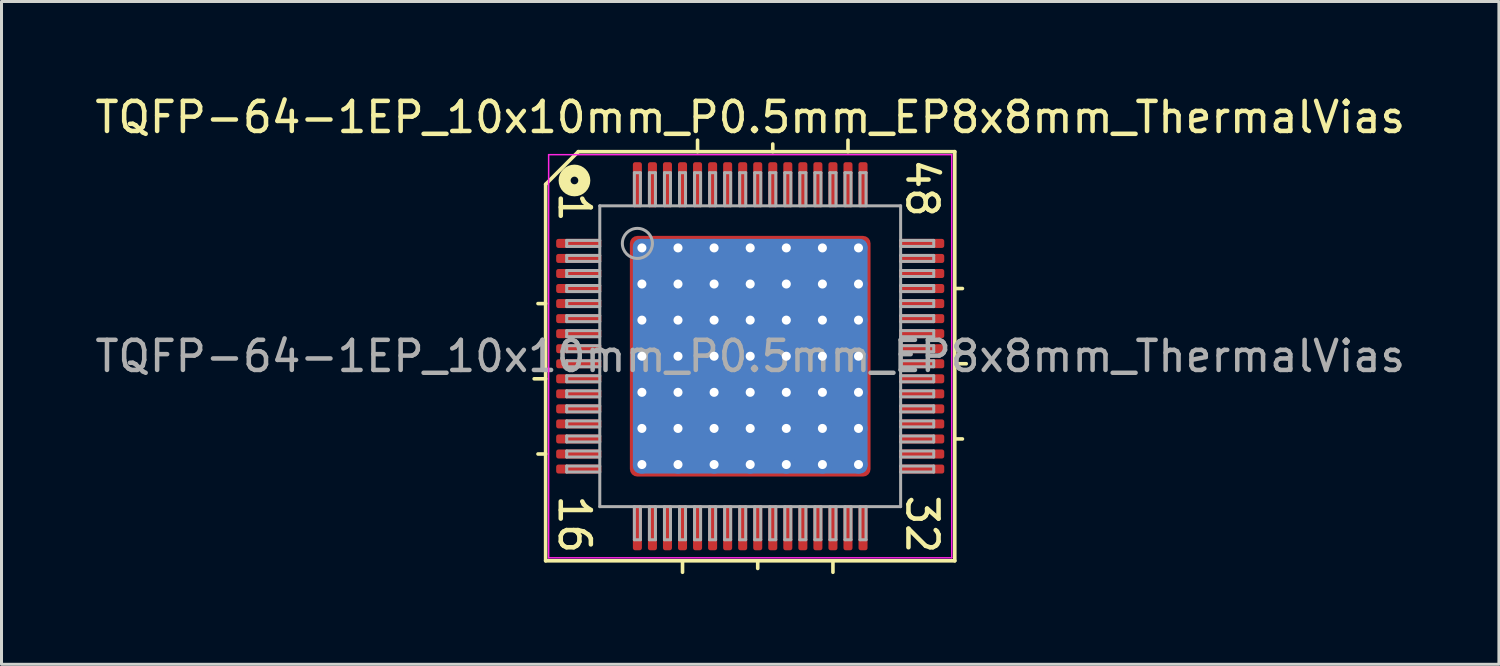
<source format=kicad_pcb>
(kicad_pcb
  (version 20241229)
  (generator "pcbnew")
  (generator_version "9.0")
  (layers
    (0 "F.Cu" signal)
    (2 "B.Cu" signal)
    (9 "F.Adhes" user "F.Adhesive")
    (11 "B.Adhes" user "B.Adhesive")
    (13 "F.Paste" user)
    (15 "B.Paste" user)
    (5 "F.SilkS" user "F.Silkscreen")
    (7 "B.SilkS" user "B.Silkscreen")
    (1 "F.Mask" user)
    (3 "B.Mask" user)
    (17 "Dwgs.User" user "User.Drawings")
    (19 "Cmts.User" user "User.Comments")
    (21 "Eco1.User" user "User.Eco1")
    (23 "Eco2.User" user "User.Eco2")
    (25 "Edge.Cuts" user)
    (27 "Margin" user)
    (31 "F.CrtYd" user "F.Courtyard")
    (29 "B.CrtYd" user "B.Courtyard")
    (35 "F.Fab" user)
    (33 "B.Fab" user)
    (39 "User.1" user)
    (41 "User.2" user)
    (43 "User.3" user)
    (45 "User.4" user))
  (footprint "TQFP-64-1EP_10x10mm_P0.5mm_EP8x8mm_ThermalVias"
    (layer "F.Cu")
    (at 21.887 8.791)
    (property "Reference" "TQFP-64-1EP_10x10mm_P0.5mm_EP8x8mm_ThermalVias" (at 0 -7.943 0) (layer "F.SilkS") (effects (font (size 1 1) (thickness 0.15))))
    (attr smd)
    (fp_line (start -6.8 -5.715) (end -6.8 6.8) (stroke (width 0.12) (type solid)) (layer "F.SilkS"))
    (fp_line (start -6.8 -1.75) (end -7.054 -1.75) (stroke (width 0.12) (type solid)) (layer "F.SilkS"))
    (fp_line (start -6.8 0.75) (end -7.181 0.75) (stroke (width 0.12) (type solid)) (layer "F.SilkS"))
    (fp_line (start -6.8 3.25) (end -7.054 3.25) (stroke (width 0.12) (type solid)) (layer "F.SilkS"))
    (fp_line (start -6.8 6.8) (end 6.8 6.8) (stroke (width 0.12) (type solid)) (layer "F.SilkS"))
    (fp_line (start -5.715 -6.8) (end -6.8 -5.715) (stroke (width 0.12) (type solid)) (layer "F.SilkS"))
    (fp_line (start -2.25 6.8) (end -2.25 7.181) (stroke (width 0.12) (type solid)) (layer "F.SilkS"))
    (fp_line (start -1.75 -6.8) (end -1.75 -7.181) (stroke (width 0.12) (type solid)) (layer "F.SilkS"))
    (fp_line (start 0.25 6.8) (end 0.25 7.054) (stroke (width 0.12) (type solid)) (layer "F.SilkS"))
    (fp_line (start 0.75 -6.8) (end 0.75 -7.054) (stroke (width 0.12) (type solid)) (layer "F.SilkS"))
    (fp_line (start 2.75 7.181) (end 2.75 6.8) (stroke (width 0.12) (type solid)) (layer "F.SilkS"))
    (fp_line (start 3.25 -6.8) (end 3.25 -7.181) (stroke (width 0.12) (type solid)) (layer "F.SilkS"))
    (fp_line (start 6.8 -6.8) (end -5.715 -6.8) (stroke (width 0.12) (type solid)) (layer "F.SilkS"))
    (fp_line (start 6.8 -2.25) (end 7.054 -2.25) (stroke (width 0.12) (type solid)) (layer "F.SilkS"))
    (fp_line (start 6.8 0.25) (end 7.181 0.25) (stroke (width 0.12) (type solid)) (layer "F.SilkS"))
    (fp_line (start 6.8 2.75) (end 7.054 2.75) (stroke (width 0.12) (type solid)) (layer "F.SilkS"))
    (fp_line (start 6.8 6.8) (end 6.8 -6.8) (stroke (width 0.12) (type solid)) (layer "F.SilkS"))
    (fp_circle (center -5.842 -5.842) (end -5.715 -5.842) (stroke (width 0.4) (type solid)) (fill no) (layer "F.SilkS"))
    (fp_line (start -6.7 -6.7) (end -6.7 6.7) (stroke (width 0.05) (type solid)) (layer "F.CrtYd"))
    (fp_line (start -6.7 -6.7) (end 6.7 -6.7) (stroke (width 0.05) (type solid)) (layer "F.CrtYd"))
    (fp_line (start -6.7 6.7) (end 6.7 6.7) (stroke (width 0.05) (type solid)) (layer "F.CrtYd"))
    (fp_line (start 6.7 -6.7) (end 6.7 6.7) (stroke (width 0.05) (type solid)) (layer "F.CrtYd"))
    (fp_line (start -6.1 -3.85) (end -6.1 -3.65) (stroke (width 0.1) (type solid)) (layer "F.Fab"))
    (fp_line (start -6.1 -3.85) (end -5 -3.85) (stroke (width 0.1) (type solid)) (layer "F.Fab"))
    (fp_line (start -6.1 -3.65) (end -5 -3.65) (stroke (width 0.1) (type solid)) (layer "F.Fab"))
    (fp_line (start -6.1 -3.35) (end -6.1 -3.15) (stroke (width 0.1) (type solid)) (layer "F.Fab"))
    (fp_line (start -6.1 -3.35) (end -5 -3.35) (stroke (width 0.1) (type solid)) (layer "F.Fab"))
    (fp_line (start -6.1 -3.15) (end -5 -3.15) (stroke (width 0.1) (type solid)) (layer "F.Fab"))
    (fp_line (start -6.1 -2.85) (end -6.1 -2.65) (stroke (width 0.1) (type solid)) (layer "F.Fab"))
    (fp_line (start -6.1 -2.85) (end -5 -2.85) (stroke (width 0.1) (type solid)) (layer "F.Fab"))
    (fp_line (start -6.1 -2.65) (end -5 -2.65) (stroke (width 0.1) (type solid)) (layer "F.Fab"))
    (fp_line (start -6.1 -2.35) (end -6.1 -2.15) (stroke (width 0.1) (type solid)) (layer "F.Fab"))
    (fp_line (start -6.1 -2.35) (end -5 -2.35) (stroke (width 0.1) (type solid)) (layer "F.Fab"))
    (fp_line (start -6.1 -2.15) (end -5 -2.15) (stroke (width 0.1) (type solid)) (layer "F.Fab"))
    (fp_line (start -6.1 -1.85) (end -6.1 -1.65) (stroke (width 0.1) (type solid)) (layer "F.Fab"))
    (fp_line (start -6.1 -1.85) (end -5 -1.85) (stroke (width 0.1) (type solid)) (layer "F.Fab"))
    (fp_line (start -6.1 -1.65) (end -5 -1.65) (stroke (width 0.1) (type solid)) (layer "F.Fab"))
    (fp_line (start -6.1 -1.35) (end -6.1 -1.15) (stroke (width 0.1) (type solid)) (layer "F.Fab"))
    (fp_line (start -6.1 -1.35) (end -5 -1.35) (stroke (width 0.1) (type solid)) (layer "F.Fab"))
    (fp_line (start -6.1 -1.15) (end -5 -1.15) (stroke (width 0.1) (type solid)) (layer "F.Fab"))
    (fp_line (start -6.1 -0.85) (end -6.1 -0.65) (stroke (width 0.1) (type solid)) (layer "F.Fab"))
    (fp_line (start -6.1 -0.85) (end -5 -0.85) (stroke (width 0.1) (type solid)) (layer "F.Fab"))
    (fp_line (start -6.1 -0.65) (end -5 -0.65) (stroke (width 0.1) (type solid)) (layer "F.Fab"))
    (fp_line (start -6.1 -0.35) (end -6.1 -0.15) (stroke (width 0.1) (type solid)) (layer "F.Fab"))
    (fp_line (start -6.1 -0.35) (end -5 -0.35) (stroke (width 0.1) (type solid)) (layer "F.Fab"))
    (fp_line (start -6.1 -0.15) (end -5 -0.15) (stroke (width 0.1) (type solid)) (layer "F.Fab"))
    (fp_line (start -6.1 0.15) (end -6.1 0.35) (stroke (width 0.1) (type solid)) (layer "F.Fab"))
    (fp_line (start -6.1 0.15) (end -5 0.15) (stroke (width 0.1) (type solid)) (layer "F.Fab"))
    (fp_line (start -6.1 0.35) (end -5 0.35) (stroke (width 0.1) (type solid)) (layer "F.Fab"))
    (fp_line (start -6.1 0.65) (end -6.1 0.85) (stroke (width 0.1) (type solid)) (layer "F.Fab"))
    (fp_line (start -6.1 0.65) (end -5 0.65) (stroke (width 0.1) (type solid)) (layer "F.Fab"))
    (fp_line (start -6.1 0.85) (end -5 0.85) (stroke (width 0.1) (type solid)) (layer "F.Fab"))
    (fp_line (start -6.1 1.15) (end -6.1 1.35) (stroke (width 0.1) (type solid)) (layer "F.Fab"))
    (fp_line (start -6.1 1.15) (end -5 1.15) (stroke (width 0.1) (type solid)) (layer "F.Fab"))
    (fp_line (start -6.1 1.35) (end -5 1.35) (stroke (width 0.1) (type solid)) (layer "F.Fab"))
    (fp_line (start -6.1 1.65) (end -6.1 1.85) (stroke (width 0.1) (type solid)) (layer "F.Fab"))
    (fp_line (start -6.1 1.65) (end -5 1.65) (stroke (width 0.1) (type solid)) (layer "F.Fab"))
    (fp_line (start -6.1 1.85) (end -5 1.85) (stroke (width 0.1) (type solid)) (layer "F.Fab"))
    (fp_line (start -6.1 2.15) (end -6.1 2.35) (stroke (width 0.1) (type solid)) (layer "F.Fab"))
    (fp_line (start -6.1 2.15) (end -5 2.15) (stroke (width 0.1) (type solid)) (layer "F.Fab"))
    (fp_line (start -6.1 2.35) (end -5 2.35) (stroke (width 0.1) (type solid)) (layer "F.Fab"))
    (fp_line (start -6.1 2.65) (end -6.1 2.85) (stroke (width 0.1) (type solid)) (layer "F.Fab"))
    (fp_line (start -6.1 2.65) (end -5 2.65) (stroke (width 0.1) (type solid)) (layer "F.Fab"))
    (fp_line (start -6.1 2.85) (end -5 2.85) (stroke (width 0.1) (type solid)) (layer "F.Fab"))
    (fp_line (start -6.1 3.15) (end -6.1 3.35) (stroke (width 0.1) (type solid)) (layer "F.Fab"))
    (fp_line (start -6.1 3.15) (end -5 3.15) (stroke (width 0.1) (type solid)) (layer "F.Fab"))
    (fp_line (start -6.1 3.35) (end -5 3.35) (stroke (width 0.1) (type solid)) (layer "F.Fab"))
    (fp_line (start -6.1 3.65) (end -6.1 3.85) (stroke (width 0.1) (type solid)) (layer "F.Fab"))
    (fp_line (start -6.1 3.65) (end -5 3.65) (stroke (width 0.1) (type solid)) (layer "F.Fab"))
    (fp_line (start -6.1 3.85) (end -5 3.85) (stroke (width 0.1) (type solid)) (layer "F.Fab"))
    (fp_line (start -5 -5) (end 5 -5) (stroke (width 0.1) (type solid)) (layer "F.Fab"))
    (fp_line (start -5 5) (end -5 -5) (stroke (width 0.1) (type solid)) (layer "F.Fab"))
    (fp_line (start -3.85 -6.1) (end -3.85 -5) (stroke (width 0.1) (type solid)) (layer "F.Fab"))
    (fp_line (start -3.85 6.1) (end -3.85 5) (stroke (width 0.1) (type solid)) (layer "F.Fab"))
    (fp_line (start -3.85 6.1) (end -3.65 6.1) (stroke (width 0.1) (type solid)) (layer "F.Fab"))
    (fp_line (start -3.65 -6.1) (end -3.85 -6.1) (stroke (width 0.1) (type solid)) (layer "F.Fab"))
    (fp_line (start -3.65 -6.1) (end -3.65 -5) (stroke (width 0.1) (type solid)) (layer "F.Fab"))
    (fp_line (start -3.65 6.1) (end -3.65 5) (stroke (width 0.1) (type solid)) (layer "F.Fab"))
    (fp_line (start -3.35 -6.1) (end -3.35 -5) (stroke (width 0.1) (type solid)) (layer "F.Fab"))
    (fp_line (start -3.35 6.1) (end -3.35 5) (stroke (width 0.1) (type solid)) (layer "F.Fab"))
    (fp_line (start -3.35 6.1) (end -3.15 6.1) (stroke (width 0.1) (type solid)) (layer "F.Fab"))
    (fp_line (start -3.15 -6.1) (end -3.35 -6.1) (stroke (width 0.1) (type solid)) (layer "F.Fab"))
    (fp_line (start -3.15 -6.1) (end -3.15 -5) (stroke (width 0.1) (type solid)) (layer "F.Fab"))
    (fp_line (start -3.15 6.1) (end -3.15 5) (stroke (width 0.1) (type solid)) (layer "F.Fab"))
    (fp_line (start -2.85 -6.1) (end -2.85 -5) (stroke (width 0.1) (type solid)) (layer "F.Fab"))
    (fp_line (start -2.85 6.1) (end -2.85 5) (stroke (width 0.1) (type solid)) (layer "F.Fab"))
    (fp_line (start -2.85 6.1) (end -2.65 6.1) (stroke (width 0.1) (type solid)) (layer "F.Fab"))
    (fp_line (start -2.65 -6.1) (end -2.85 -6.1) (stroke (width 0.1) (type solid)) (layer "F.Fab"))
    (fp_line (start -2.65 -6.1) (end -2.65 -5) (stroke (width 0.1) (type solid)) (layer "F.Fab"))
    (fp_line (start -2.65 6.1) (end -2.65 5) (stroke (width 0.1) (type solid)) (layer "F.Fab"))
    (fp_line (start -2.35 -6.1) (end -2.35 -5) (stroke (width 0.1) (type solid)) (layer "F.Fab"))
    (fp_line (start -2.35 6.1) (end -2.35 5) (stroke (width 0.1) (type solid)) (layer "F.Fab"))
    (fp_line (start -2.35 6.1) (end -2.15 6.1) (stroke (width 0.1) (type solid)) (layer "F.Fab"))
    (fp_line (start -2.15 -6.1) (end -2.35 -6.1) (stroke (width 0.1) (type solid)) (layer "F.Fab"))
    (fp_line (start -2.15 -6.1) (end -2.15 -5) (stroke (width 0.1) (type solid)) (layer "F.Fab"))
    (fp_line (start -2.15 6.1) (end -2.15 5) (stroke (width 0.1) (type solid)) (layer "F.Fab"))
    (fp_line (start -1.85 -6.1) (end -1.85 -5) (stroke (width 0.1) (type solid)) (layer "F.Fab"))
    (fp_line (start -1.85 6.1) (end -1.85 5) (stroke (width 0.1) (type solid)) (layer "F.Fab"))
    (fp_line (start -1.85 6.1) (end -1.65 6.1) (stroke (width 0.1) (type solid)) (layer "F.Fab"))
    (fp_line (start -1.65 -6.1) (end -1.85 -6.1) (stroke (width 0.1) (type solid)) (layer "F.Fab"))
    (fp_line (start -1.65 -6.1) (end -1.65 -5) (stroke (width 0.1) (type solid)) (layer "F.Fab"))
    (fp_line (start -1.65 6.1) (end -1.65 5) (stroke (width 0.1) (type solid)) (layer "F.Fab"))
    (fp_line (start -1.35 -6.1) (end -1.35 -5) (stroke (width 0.1) (type solid)) (layer "F.Fab"))
    (fp_line (start -1.35 6.1) (end -1.35 5) (stroke (width 0.1) (type solid)) (layer "F.Fab"))
    (fp_line (start -1.35 6.1) (end -1.15 6.1) (stroke (width 0.1) (type solid)) (layer "F.Fab"))
    (fp_line (start -1.15 -6.1) (end -1.35 -6.1) (stroke (width 0.1) (type solid)) (layer "F.Fab"))
    (fp_line (start -1.15 -6.1) (end -1.15 -5) (stroke (width 0.1) (type solid)) (layer "F.Fab"))
    (fp_line (start -1.15 6.1) (end -1.15 5) (stroke (width 0.1) (type solid)) (layer "F.Fab"))
    (fp_line (start -0.85 -6.1) (end -0.85 -5) (stroke (width 0.1) (type solid)) (layer "F.Fab"))
    (fp_line (start -0.85 6.1) (end -0.85 5) (stroke (width 0.1) (type solid)) (layer "F.Fab"))
    (fp_line (start -0.85 6.1) (end -0.65 6.1) (stroke (width 0.1) (type solid)) (layer "F.Fab"))
    (fp_line (start -0.65 -6.1) (end -0.85 -6.1) (stroke (width 0.1) (type solid)) (layer "F.Fab"))
    (fp_line (start -0.65 -6.1) (end -0.65 -5) (stroke (width 0.1) (type solid)) (layer "F.Fab"))
    (fp_line (start -0.65 6.1) (end -0.65 5) (stroke (width 0.1) (type solid)) (layer "F.Fab"))
    (fp_line (start -0.35 -6.1) (end -0.35 -5) (stroke (width 0.1) (type solid)) (layer "F.Fab"))
    (fp_line (start -0.35 6.1) (end -0.35 5) (stroke (width 0.1) (type solid)) (layer "F.Fab"))
    (fp_line (start -0.35 6.1) (end -0.15 6.1) (stroke (width 0.1) (type solid)) (layer "F.Fab"))
    (fp_line (start -0.15 -6.1) (end -0.35 -6.1) (stroke (width 0.1) (type solid)) (layer "F.Fab"))
    (fp_line (start -0.15 -6.1) (end -0.15 -5) (stroke (width 0.1) (type solid)) (layer "F.Fab"))
    (fp_line (start -0.15 6.1) (end -0.15 5) (stroke (width 0.1) (type solid)) (layer "F.Fab"))
    (fp_line (start 0.15 -6.1) (end 0.15 -5) (stroke (width 0.1) (type solid)) (layer "F.Fab"))
    (fp_line (start 0.15 6.1) (end 0.15 5) (stroke (width 0.1) (type solid)) (layer "F.Fab"))
    (fp_line (start 0.15 6.1) (end 0.35 6.1) (stroke (width 0.1) (type solid)) (layer "F.Fab"))
    (fp_line (start 0.35 -6.1) (end 0.15 -6.1) (stroke (width 0.1) (type solid)) (layer "F.Fab"))
    (fp_line (start 0.35 -6.1) (end 0.35 -5) (stroke (width 0.1) (type solid)) (layer "F.Fab"))
    (fp_line (start 0.35 6.1) (end 0.35 5) (stroke (width 0.1) (type solid)) (layer "F.Fab"))
    (fp_line (start 0.65 -6.1) (end 0.65 -5) (stroke (width 0.1) (type solid)) (layer "F.Fab"))
    (fp_line (start 0.65 6.1) (end 0.65 5) (stroke (width 0.1) (type solid)) (layer "F.Fab"))
    (fp_line (start 0.65 6.1) (end 0.85 6.1) (stroke (width 0.1) (type solid)) (layer "F.Fab"))
    (fp_line (start 0.85 -6.1) (end 0.65 -6.1) (stroke (width 0.1) (type solid)) (layer "F.Fab"))
    (fp_line (start 0.85 -6.1) (end 0.85 -5) (stroke (width 0.1) (type solid)) (layer "F.Fab"))
    (fp_line (start 0.85 6.1) (end 0.85 5) (stroke (width 0.1) (type solid)) (layer "F.Fab"))
    (fp_line (start 1.15 -6.1) (end 1.15 -5) (stroke (width 0.1) (type solid)) (layer "F.Fab"))
    (fp_line (start 1.15 6.1) (end 1.15 5) (stroke (width 0.1) (type solid)) (layer "F.Fab"))
    (fp_line (start 1.15 6.1) (end 1.35 6.1) (stroke (width 0.1) (type solid)) (layer "F.Fab"))
    (fp_line (start 1.35 -6.1) (end 1.15 -6.1) (stroke (width 0.1) (type solid)) (layer "F.Fab"))
    (fp_line (start 1.35 -6.1) (end 1.35 -5) (stroke (width 0.1) (type solid)) (layer "F.Fab"))
    (fp_line (start 1.35 6.1) (end 1.35 5) (stroke (width 0.1) (type solid)) (layer "F.Fab"))
    (fp_line (start 1.65 -6.1) (end 1.65 -5) (stroke (width 0.1) (type solid)) (layer "F.Fab"))
    (fp_line (start 1.65 6.1) (end 1.65 5) (stroke (width 0.1) (type solid)) (layer "F.Fab"))
    (fp_line (start 1.65 6.1) (end 1.85 6.1) (stroke (width 0.1) (type solid)) (layer "F.Fab"))
    (fp_line (start 1.85 -6.1) (end 1.65 -6.1) (stroke (width 0.1) (type solid)) (layer "F.Fab"))
    (fp_line (start 1.85 -6.1) (end 1.85 -5) (stroke (width 0.1) (type solid)) (layer "F.Fab"))
    (fp_line (start 1.85 6.1) (end 1.85 5) (stroke (width 0.1) (type solid)) (layer "F.Fab"))
    (fp_line (start 2.15 -6.1) (end 2.15 -5) (stroke (width 0.1) (type solid)) (layer "F.Fab"))
    (fp_line (start 2.15 6.1) (end 2.15 5) (stroke (width 0.1) (type solid)) (layer "F.Fab"))
    (fp_line (start 2.15 6.1) (end 2.35 6.1) (stroke (width 0.1) (type solid)) (layer "F.Fab"))
    (fp_line (start 2.35 -6.1) (end 2.15 -6.1) (stroke (width 0.1) (type solid)) (layer "F.Fab"))
    (fp_line (start 2.35 -6.1) (end 2.35 -5) (stroke (width 0.1) (type solid)) (layer "F.Fab"))
    (fp_line (start 2.35 6.1) (end 2.35 5) (stroke (width 0.1) (type solid)) (layer "F.Fab"))
    (fp_line (start 2.65 -6.1) (end 2.65 -5) (stroke (width 0.1) (type solid)) (layer "F.Fab"))
    (fp_line (start 2.65 6.1) (end 2.65 5) (stroke (width 0.1) (type solid)) (layer "F.Fab"))
    (fp_line (start 2.65 6.1) (end 2.85 6.1) (stroke (width 0.1) (type solid)) (layer "F.Fab"))
    (fp_line (start 2.85 -6.1) (end 2.65 -6.1) (stroke (width 0.1) (type solid)) (layer "F.Fab"))
    (fp_line (start 2.85 -6.1) (end 2.85 -5) (stroke (width 0.1) (type solid)) (layer "F.Fab"))
    (fp_line (start 2.85 6.1) (end 2.85 5) (stroke (width 0.1) (type solid)) (layer "F.Fab"))
    (fp_line (start 3.15 -6.1) (end 3.15 -5) (stroke (width 0.1) (type solid)) (layer "F.Fab"))
    (fp_line (start 3.15 6.1) (end 3.15 5) (stroke (width 0.1) (type solid)) (layer "F.Fab"))
    (fp_line (start 3.15 6.1) (end 3.35 6.1) (stroke (width 0.1) (type solid)) (layer "F.Fab"))
    (fp_line (start 3.35 -6.1) (end 3.15 -6.1) (stroke (width 0.1) (type solid)) (layer "F.Fab"))
    (fp_line (start 3.35 -6.1) (end 3.35 -5) (stroke (width 0.1) (type solid)) (layer "F.Fab"))
    (fp_line (start 3.35 6.1) (end 3.35 5) (stroke (width 0.1) (type solid)) (layer "F.Fab"))
    (fp_line (start 3.65 -6.1) (end 3.65 -5) (stroke (width 0.1) (type solid)) (layer "F.Fab"))
    (fp_line (start 3.65 6.1) (end 3.65 5) (stroke (width 0.1) (type solid)) (layer "F.Fab"))
    (fp_line (start 3.65 6.1) (end 3.85 6.1) (stroke (width 0.1) (type solid)) (layer "F.Fab"))
    (fp_line (start 3.85 -6.1) (end 3.65 -6.1) (stroke (width 0.1) (type solid)) (layer "F.Fab"))
    (fp_line (start 3.85 -6.1) (end 3.85 -5) (stroke (width 0.1) (type solid)) (layer "F.Fab"))
    (fp_line (start 3.85 6.1) (end 3.85 5) (stroke (width 0.1) (type solid)) (layer "F.Fab"))
    (fp_line (start 5 -5) (end 5 5) (stroke (width 0.1) (type solid)) (layer "F.Fab"))
    (fp_line (start 5 5) (end -5 5) (stroke (width 0.1) (type solid)) (layer "F.Fab"))
    (fp_line (start 6.1 -3.85) (end 5 -3.85) (stroke (width 0.1) (type solid)) (layer "F.Fab"))
    (fp_line (start 6.1 -3.65) (end 5 -3.65) (stroke (width 0.1) (type solid)) (layer "F.Fab"))
    (fp_line (start 6.1 -3.65) (end 6.1 -3.85) (stroke (width 0.1) (type solid)) (layer "F.Fab"))
    (fp_line (start 6.1 -3.35) (end 5 -3.35) (stroke (width 0.1) (type solid)) (layer "F.Fab"))
    (fp_line (start 6.1 -3.15) (end 5 -3.15) (stroke (width 0.1) (type solid)) (layer "F.Fab"))
    (fp_line (start 6.1 -3.15) (end 6.1 -3.35) (stroke (width 0.1) (type solid)) (layer "F.Fab"))
    (fp_line (start 6.1 -2.85) (end 5 -2.85) (stroke (width 0.1) (type solid)) (layer "F.Fab"))
    (fp_line (start 6.1 -2.65) (end 5 -2.65) (stroke (width 0.1) (type solid)) (layer "F.Fab"))
    (fp_line (start 6.1 -2.65) (end 6.1 -2.85) (stroke (width 0.1) (type solid)) (layer "F.Fab"))
    (fp_line (start 6.1 -2.35) (end 5 -2.35) (stroke (width 0.1) (type solid)) (layer "F.Fab"))
    (fp_line (start 6.1 -2.15) (end 5 -2.15) (stroke (width 0.1) (type solid)) (layer "F.Fab"))
    (fp_line (start 6.1 -2.15) (end 6.1 -2.35) (stroke (width 0.1) (type solid)) (layer "F.Fab"))
    (fp_line (start 6.1 -1.85) (end 5 -1.85) (stroke (width 0.1) (type solid)) (layer "F.Fab"))
    (fp_line (start 6.1 -1.65) (end 5 -1.65) (stroke (width 0.1) (type solid)) (layer "F.Fab"))
    (fp_line (start 6.1 -1.65) (end 6.1 -1.85) (stroke (width 0.1) (type solid)) (layer "F.Fab"))
    (fp_line (start 6.1 -1.35) (end 5 -1.35) (stroke (width 0.1) (type solid)) (layer "F.Fab"))
    (fp_line (start 6.1 -1.15) (end 5 -1.15) (stroke (width 0.1) (type solid)) (layer "F.Fab"))
    (fp_line (start 6.1 -1.15) (end 6.1 -1.35) (stroke (width 0.1) (type solid)) (layer "F.Fab"))
    (fp_line (start 6.1 -0.85) (end 5 -0.85) (stroke (width 0.1) (type solid)) (layer "F.Fab"))
    (fp_line (start 6.1 -0.65) (end 5 -0.65) (stroke (width 0.1) (type solid)) (layer "F.Fab"))
    (fp_line (start 6.1 -0.65) (end 6.1 -0.85) (stroke (width 0.1) (type solid)) (layer "F.Fab"))
    (fp_line (start 6.1 -0.35) (end 5 -0.35) (stroke (width 0.1) (type solid)) (layer "F.Fab"))
    (fp_line (start 6.1 -0.15) (end 5 -0.15) (stroke (width 0.1) (type solid)) (layer "F.Fab"))
    (fp_line (start 6.1 -0.15) (end 6.1 -0.35) (stroke (width 0.1) (type solid)) (layer "F.Fab"))
    (fp_line (start 6.1 0.15) (end 5 0.15) (stroke (width 0.1) (type solid)) (layer "F.Fab"))
    (fp_line (start 6.1 0.35) (end 5 0.35) (stroke (width 0.1) (type solid)) (layer "F.Fab"))
    (fp_line (start 6.1 0.35) (end 6.1 0.15) (stroke (width 0.1) (type solid)) (layer "F.Fab"))
    (fp_line (start 6.1 0.65) (end 5 0.65) (stroke (width 0.1) (type solid)) (layer "F.Fab"))
    (fp_line (start 6.1 0.85) (end 5 0.85) (stroke (width 0.1) (type solid)) (layer "F.Fab"))
    (fp_line (start 6.1 0.85) (end 6.1 0.65) (stroke (width 0.1) (type solid)) (layer "F.Fab"))
    (fp_line (start 6.1 1.15) (end 5 1.15) (stroke (width 0.1) (type solid)) (layer "F.Fab"))
    (fp_line (start 6.1 1.35) (end 5 1.35) (stroke (width 0.1) (type solid)) (layer "F.Fab"))
    (fp_line (start 6.1 1.35) (end 6.1 1.15) (stroke (width 0.1) (type solid)) (layer "F.Fab"))
    (fp_line (start 6.1 1.65) (end 5 1.65) (stroke (width 0.1) (type solid)) (layer "F.Fab"))
    (fp_line (start 6.1 1.85) (end 5 1.85) (stroke (width 0.1) (type solid)) (layer "F.Fab"))
    (fp_line (start 6.1 1.85) (end 6.1 1.65) (stroke (width 0.1) (type solid)) (layer "F.Fab"))
    (fp_line (start 6.1 2.15) (end 5 2.15) (stroke (width 0.1) (type solid)) (layer "F.Fab"))
    (fp_line (start 6.1 2.35) (end 5 2.35) (stroke (width 0.1) (type solid)) (layer "F.Fab"))
    (fp_line (start 6.1 2.35) (end 6.1 2.15) (stroke (width 0.1) (type solid)) (layer "F.Fab"))
    (fp_line (start 6.1 2.65) (end 5 2.65) (stroke (width 0.1) (type solid)) (layer "F.Fab"))
    (fp_line (start 6.1 2.85) (end 5 2.85) (stroke (width 0.1) (type solid)) (layer "F.Fab"))
    (fp_line (start 6.1 2.85) (end 6.1 2.65) (stroke (width 0.1) (type solid)) (layer "F.Fab"))
    (fp_line (start 6.1 3.15) (end 5 3.15) (stroke (width 0.1) (type solid)) (layer "F.Fab"))
    (fp_line (start 6.1 3.35) (end 5 3.35) (stroke (width 0.1) (type solid)) (layer "F.Fab"))
    (fp_line (start 6.1 3.35) (end 6.1 3.15) (stroke (width 0.1) (type solid)) (layer "F.Fab"))
    (fp_line (start 6.1 3.65) (end 5 3.65) (stroke (width 0.1) (type solid)) (layer "F.Fab"))
    (fp_line (start 6.1 3.85) (end 5 3.85) (stroke (width 0.1) (type solid)) (layer "F.Fab"))
    (fp_line (start 6.1 3.85) (end 6.1 3.65) (stroke (width 0.1) (type solid)) (layer "F.Fab"))
    (fp_circle (center -3.75 -3.75) (end -3.25 -3.75) (stroke (width 0.1) (type solid)) (fill no) (layer "F.Fab"))
    (fp_text user "48" (at 5.715 -5.588 270) (unlocked yes) (layer "F.SilkS") (effects (font (size 1 1) (thickness 0.15))))
    (fp_text user "1" (at -5.842 -4.953 270) (unlocked yes) (layer "F.SilkS") (effects (font (size 1 1) (thickness 0.15))))
    (fp_text user "32" (at 5.715 5.588 270) (unlocked yes) (layer "F.SilkS") (effects (font (size 1 1) (thickness 0.15))))
    (fp_text user "16" (at -5.842 5.588 270) (unlocked yes) (layer "F.SilkS") (effects (font (size 1 1) (thickness 0.15))))
    (fp_text user "${REFERENCE}" (at 0 0 0) (layer "F.Fab") (effects (font (size 1 1) (thickness 0.15))))
    (pad "" smd roundrect (at -3 -3) (size 1 1) (layers "F.Paste") (roundrect_rratio 0.25))
    (pad "" smd roundrect (at -3 -1.8) (size 1 1) (layers "F.Paste") (roundrect_rratio 0.25))
    (pad "" smd roundrect (at -3 -0.6) (size 1 1) (layers "F.Paste") (roundrect_rratio 0.25))
    (pad "" smd roundrect (at -3 0.6) (size 1 1) (layers "F.Paste") (roundrect_rratio 0.25))
    (pad "" smd roundrect (at -3 1.8) (size 1 1) (layers "F.Paste") (roundrect_rratio 0.25))
    (pad "" smd roundrect (at -3 3) (size 1 1) (layers "F.Paste") (roundrect_rratio 0.25))
    (pad "" smd roundrect (at -1.8 -3) (size 1 1) (layers "F.Paste") (roundrect_rratio 0.25))
    (pad "" smd roundrect (at -1.8 -1.8) (size 1 1) (layers "F.Paste") (roundrect_rratio 0.25))
    (pad "" smd roundrect (at -1.8 -0.6) (size 1 1) (layers "F.Paste") (roundrect_rratio 0.25))
    (pad "" smd roundrect (at -1.8 0.6) (size 1 1) (layers "F.Paste") (roundrect_rratio 0.25))
    (pad "" smd roundrect (at -1.8 1.8) (size 1 1) (layers "F.Paste") (roundrect_rratio 0.25))
    (pad "" smd roundrect (at -1.8 3) (size 1 1) (layers "F.Paste") (roundrect_rratio 0.25))
    (pad "" smd roundrect (at -0.6 -3) (size 1 1) (layers "F.Paste") (roundrect_rratio 0.25))
    (pad "" smd roundrect (at -0.6 -1.8) (size 1 1) (layers "F.Paste") (roundrect_rratio 0.25))
    (pad "" smd roundrect (at -0.6 -0.6) (size 1 1) (layers "F.Paste") (roundrect_rratio 0.25))
    (pad "" smd roundrect (at -0.6 0.6) (size 1 1) (layers "F.Paste") (roundrect_rratio 0.25))
    (pad "" smd roundrect (at -0.6 1.8) (size 1 1) (layers "F.Paste") (roundrect_rratio 0.25))
    (pad "" smd roundrect (at -0.6 3) (size 1 1) (layers "F.Paste") (roundrect_rratio 0.25))
    (pad "" smd roundrect (at 0.6 -3) (size 1 1) (layers "F.Paste") (roundrect_rratio 0.25))
    (pad "" smd roundrect (at 0.6 -1.8) (size 1 1) (layers "F.Paste") (roundrect_rratio 0.25))
    (pad "" smd roundrect (at 0.6 -0.6) (size 1 1) (layers "F.Paste") (roundrect_rratio 0.25))
    (pad "" smd roundrect (at 0.6 0.6) (size 1 1) (layers "F.Paste") (roundrect_rratio 0.25))
    (pad "" smd roundrect (at 0.6 1.8) (size 1 1) (layers "F.Paste") (roundrect_rratio 0.25))
    (pad "" smd roundrect (at 0.6 3) (size 1 1) (layers "F.Paste") (roundrect_rratio 0.25))
    (pad "" smd roundrect (at 1.8 -3) (size 1 1) (layers "F.Paste") (roundrect_rratio 0.25))
    (pad "" smd roundrect (at 1.8 -1.8) (size 1 1) (layers "F.Paste") (roundrect_rratio 0.25))
    (pad "" smd roundrect (at 1.8 -0.6) (size 1 1) (layers "F.Paste") (roundrect_rratio 0.25))
    (pad "" smd roundrect (at 1.8 0.6) (size 1 1) (layers "F.Paste") (roundrect_rratio 0.25))
    (pad "" smd roundrect (at 1.8 1.8) (size 1 1) (layers "F.Paste") (roundrect_rratio 0.25))
    (pad "" smd roundrect (at 1.8 3) (size 1 1) (layers "F.Paste") (roundrect_rratio 0.25))
    (pad "" smd roundrect (at 3 -3) (size 1 1) (layers "F.Paste") (roundrect_rratio 0.25))
    (pad "" smd roundrect (at 3 -1.8) (size 1 1) (layers "F.Paste") (roundrect_rratio 0.25))
    (pad "" smd roundrect (at 3 -0.6) (size 1 1) (layers "F.Paste") (roundrect_rratio 0.25))
    (pad "" smd roundrect (at 3 0.6) (size 1 1) (layers "F.Paste") (roundrect_rratio 0.25))
    (pad "" smd roundrect (at 3 1.8) (size 1 1) (layers "F.Paste") (roundrect_rratio 0.25))
    (pad "" smd roundrect (at 3 3) (size 1 1) (layers "F.Paste") (roundrect_rratio 0.25))
    (pad "1" smd roundrect (at -5.7 -3.75) (size 1.5 0.3) (layers "F.Cu" "F.Mask" "F.Paste") (roundrect_rratio 0.25))
    (pad "2" smd roundrect (at -5.7 -3.25) (size 1.5 0.3) (layers "F.Cu" "F.Mask" "F.Paste") (roundrect_rratio 0.25))
    (pad "3" smd roundrect (at -5.7 -2.75) (size 1.5 0.3) (layers "F.Cu" "F.Mask" "F.Paste") (roundrect_rratio 0.25))
    (pad "4" smd roundrect (at -5.7 -2.25) (size 1.5 0.3) (layers "F.Cu" "F.Mask" "F.Paste") (roundrect_rratio 0.25))
    (pad "5" smd roundrect (at -5.7 -1.75) (size 1.5 0.3) (layers "F.Cu" "F.Mask" "F.Paste") (roundrect_rratio 0.25))
    (pad "6" smd roundrect (at -5.7 -1.25) (size 1.5 0.3) (layers "F.Cu" "F.Mask" "F.Paste") (roundrect_rratio 0.25))
    (pad "7" smd roundrect (at -5.7 -0.75) (size 1.5 0.3) (layers "F.Cu" "F.Mask" "F.Paste") (roundrect_rratio 0.25))
    (pad "8" smd roundrect (at -5.7 -0.25) (size 1.5 0.3) (layers "F.Cu" "F.Mask" "F.Paste") (roundrect_rratio 0.25))
    (pad "9" smd roundrect (at -5.7 0.25) (size 1.5 0.3) (layers "F.Cu" "F.Mask" "F.Paste") (roundrect_rratio 0.25))
    (pad "10" smd roundrect (at -5.7 0.75) (size 1.5 0.3) (layers "F.Cu" "F.Mask" "F.Paste") (roundrect_rratio 0.25))
    (pad "11" smd roundrect (at -5.7 1.25) (size 1.5 0.3) (layers "F.Cu" "F.Mask" "F.Paste") (roundrect_rratio 0.25))
    (pad "12" smd roundrect (at -5.7 1.75) (size 1.5 0.3) (layers "F.Cu" "F.Mask" "F.Paste") (roundrect_rratio 0.25))
    (pad "13" smd roundrect (at -5.7 2.25) (size 1.5 0.3) (layers "F.Cu" "F.Mask" "F.Paste") (roundrect_rratio 0.25))
    (pad "14" smd roundrect (at -5.7 2.75) (size 1.5 0.3) (layers "F.Cu" "F.Mask" "F.Paste") (roundrect_rratio 0.25))
    (pad "15" smd roundrect (at -5.7 3.25) (size 1.5 0.3) (layers "F.Cu" "F.Mask" "F.Paste") (roundrect_rratio 0.25))
    (pad "16" smd roundrect (at -5.7 3.75) (size 1.5 0.3) (layers "F.Cu" "F.Mask" "F.Paste") (roundrect_rratio 0.25))
    (pad "17" smd roundrect (at -3.75 5.7 90) (size 1.5 0.3) (layers "F.Cu" "F.Mask" "F.Paste") (roundrect_rratio 0.25))
    (pad "18" smd roundrect (at -3.25 5.7 90) (size 1.5 0.3) (layers "F.Cu" "F.Mask" "F.Paste") (roundrect_rratio 0.25))
    (pad "19" smd roundrect (at -2.75 5.7 90) (size 1.5 0.3) (layers "F.Cu" "F.Mask" "F.Paste") (roundrect_rratio 0.25))
    (pad "20" smd roundrect (at -2.25 5.7 90) (size 1.5 0.3) (layers "F.Cu" "F.Mask" "F.Paste") (roundrect_rratio 0.25))
    (pad "21" smd roundrect (at -1.75 5.7 90) (size 1.5 0.3) (layers "F.Cu" "F.Mask" "F.Paste") (roundrect_rratio 0.25))
    (pad "22" smd roundrect (at -1.25 5.7 90) (size 1.5 0.3) (layers "F.Cu" "F.Mask" "F.Paste") (roundrect_rratio 0.25))
    (pad "23" smd roundrect (at -0.75 5.7 90) (size 1.5 0.3) (layers "F.Cu" "F.Mask" "F.Paste") (roundrect_rratio 0.25))
    (pad "24" smd roundrect (at -0.25 5.7 90) (size 1.5 0.3) (layers "F.Cu" "F.Mask" "F.Paste") (roundrect_rratio 0.25))
    (pad "25" smd roundrect (at 0.25 5.7 90) (size 1.5 0.3) (layers "F.Cu" "F.Mask" "F.Paste") (roundrect_rratio 0.25))
    (pad "26" smd roundrect (at 0.75 5.7 90) (size 1.5 0.3) (layers "F.Cu" "F.Mask" "F.Paste") (roundrect_rratio 0.25))
    (pad "27" smd roundrect (at 1.25 5.7 90) (size 1.5 0.3) (layers "F.Cu" "F.Mask" "F.Paste") (roundrect_rratio 0.25))
    (pad "28" smd roundrect (at 1.75 5.7 90) (size 1.5 0.3) (layers "F.Cu" "F.Mask" "F.Paste") (roundrect_rratio 0.25))
    (pad "29" smd roundrect (at 2.25 5.7 90) (size 1.5 0.3) (layers "F.Cu" "F.Mask" "F.Paste") (roundrect_rratio 0.25))
    (pad "30" smd roundrect (at 2.75 5.7 90) (size 1.5 0.3) (layers "F.Cu" "F.Mask" "F.Paste") (roundrect_rratio 0.25))
    (pad "31" smd roundrect (at 3.25 5.7 90) (size 1.5 0.3) (layers "F.Cu" "F.Mask" "F.Paste") (roundrect_rratio 0.25))
    (pad "32" smd roundrect (at 3.75 5.7 90) (size 1.5 0.3) (layers "F.Cu" "F.Mask" "F.Paste") (roundrect_rratio 0.25))
    (pad "33" smd roundrect (at 5.7 3.75) (size 1.5 0.3) (layers "F.Cu" "F.Mask" "F.Paste") (roundrect_rratio 0.25))
    (pad "34" smd roundrect (at 5.7 3.25) (size 1.5 0.3) (layers "F.Cu" "F.Mask" "F.Paste") (roundrect_rratio 0.25))
    (pad "35" smd roundrect (at 5.7 2.75) (size 1.5 0.3) (layers "F.Cu" "F.Mask" "F.Paste") (roundrect_rratio 0.25))
    (pad "36" smd roundrect (at 5.7 2.25) (size 1.5 0.3) (layers "F.Cu" "F.Mask" "F.Paste") (roundrect_rratio 0.25))
    (pad "37" smd roundrect (at 5.7 1.75) (size 1.5 0.3) (layers "F.Cu" "F.Mask" "F.Paste") (roundrect_rratio 0.25))
    (pad "38" smd roundrect (at 5.7 1.25) (size 1.5 0.3) (layers "F.Cu" "F.Mask" "F.Paste") (roundrect_rratio 0.25))
    (pad "39" smd roundrect (at 5.7 0.75) (size 1.5 0.3) (layers "F.Cu" "F.Mask" "F.Paste") (roundrect_rratio 0.25))
    (pad "40" smd roundrect (at 5.7 0.25) (size 1.5 0.3) (layers "F.Cu" "F.Mask" "F.Paste") (roundrect_rratio 0.25))
    (pad "41" smd roundrect (at 5.7 -0.25) (size 1.5 0.3) (layers "F.Cu" "F.Mask" "F.Paste") (roundrect_rratio 0.25))
    (pad "42" smd roundrect (at 5.7 -0.75) (size 1.5 0.3) (layers "F.Cu" "F.Mask" "F.Paste") (roundrect_rratio 0.25))
    (pad "43" smd roundrect (at 5.7 -1.25) (size 1.5 0.3) (layers "F.Cu" "F.Mask" "F.Paste") (roundrect_rratio 0.25))
    (pad "44" smd roundrect (at 5.7 -1.75) (size 1.5 0.3) (layers "F.Cu" "F.Mask" "F.Paste") (roundrect_rratio 0.25))
    (pad "45" smd roundrect (at 5.7 -2.25) (size 1.5 0.3) (layers "F.Cu" "F.Mask" "F.Paste") (roundrect_rratio 0.25))
    (pad "46" smd roundrect (at 5.7 -2.75) (size 1.5 0.3) (layers "F.Cu" "F.Mask" "F.Paste") (roundrect_rratio 0.25))
    (pad "47" smd roundrect (at 5.7 -3.25) (size 1.5 0.3) (layers "F.Cu" "F.Mask" "F.Paste") (roundrect_rratio 0.25))
    (pad "48" smd roundrect (at 5.7 -3.75) (size 1.5 0.3) (layers "F.Cu" "F.Mask" "F.Paste") (roundrect_rratio 0.25))
    (pad "49" smd roundrect (at 3.75 -5.7 90) (size 1.5 0.3) (layers "F.Cu" "F.Mask" "F.Paste") (roundrect_rratio 0.25))
    (pad "50" smd roundrect (at 3.25 -5.7 90) (size 1.5 0.3) (layers "F.Cu" "F.Mask" "F.Paste") (roundrect_rratio 0.25))
    (pad "51" smd roundrect (at 2.75 -5.7 90) (size 1.5 0.3) (layers "F.Cu" "F.Mask" "F.Paste") (roundrect_rratio 0.25))
    (pad "52" smd roundrect (at 2.25 -5.7 90) (size 1.5 0.3) (layers "F.Cu" "F.Mask" "F.Paste") (roundrect_rratio 0.25))
    (pad "53" smd roundrect (at 1.75 -5.7 90) (size 1.5 0.3) (layers "F.Cu" "F.Mask" "F.Paste") (roundrect_rratio 0.25))
    (pad "54" smd roundrect (at 1.25 -5.7 90) (size 1.5 0.3) (layers "F.Cu" "F.Mask" "F.Paste") (roundrect_rratio 0.25))
    (pad "55" smd roundrect (at 0.75 -5.7 90) (size 1.5 0.3) (layers "F.Cu" "F.Mask" "F.Paste") (roundrect_rratio 0.25))
    (pad "56" smd roundrect (at 0.25 -5.7 90) (size 1.5 0.3) (layers "F.Cu" "F.Mask" "F.Paste") (roundrect_rratio 0.25))
    (pad "57" smd roundrect (at -0.25 -5.7 90) (size 1.5 0.3) (layers "F.Cu" "F.Mask" "F.Paste") (roundrect_rratio 0.25))
    (pad "58" smd roundrect (at -0.75 -5.7 90) (size 1.5 0.3) (layers "F.Cu" "F.Mask" "F.Paste") (roundrect_rratio 0.25))
    (pad "59" smd roundrect (at -1.25 -5.7 90) (size 1.5 0.3) (layers "F.Cu" "F.Mask" "F.Paste") (roundrect_rratio 0.25))
    (pad "60" smd roundrect (at -1.75 -5.7 90) (size 1.5 0.3) (layers "F.Cu" "F.Mask" "F.Paste") (roundrect_rratio 0.25))
    (pad "61" smd roundrect (at -2.25 -5.7 90) (size 1.5 0.3) (layers "F.Cu" "F.Mask" "F.Paste") (roundrect_rratio 0.25))
    (pad "62" smd roundrect (at -2.75 -5.7 90) (size 1.5 0.3) (layers "F.Cu" "F.Mask" "F.Paste") (roundrect_rratio 0.25))
    (pad "63" smd roundrect (at -3.25 -5.7 90) (size 1.5 0.3) (layers "F.Cu" "F.Mask" "F.Paste") (roundrect_rratio 0.25))
    (pad "64" smd roundrect (at -3.75 -5.7 90) (size 1.5 0.3) (layers "F.Cu" "F.Mask" "F.Paste") (roundrect_rratio 0.25))
    (pad "65" thru_hole circle (at -3.6 -3.6) (size 0.6 0.6) (drill 0.3) (property pad_prop_heatsink) (layers "*.Cu"))
    (pad "65" thru_hole circle (at -3.6 -2.4) (size 0.6 0.6) (drill 0.3) (property pad_prop_heatsink) (layers "*.Cu"))
    (pad "65" thru_hole circle (at -3.6 -1.2) (size 0.6 0.6) (drill 0.3) (property pad_prop_heatsink) (layers "*.Cu"))
    (pad "65" thru_hole circle (at -3.6 0) (size 0.6 0.6) (drill 0.3) (property pad_prop_heatsink) (layers "*.Cu"))
    (pad "65" thru_hole circle (at -3.6 1.2) (size 0.6 0.6) (drill 0.3) (property pad_prop_heatsink) (layers "*.Cu"))
    (pad "65" thru_hole circle (at -3.6 2.4) (size 0.6 0.6) (drill 0.3) (property pad_prop_heatsink) (layers "*.Cu"))
    (pad "65" thru_hole circle (at -3.6 3.6) (size 0.6 0.6) (drill 0.3) (property pad_prop_heatsink) (layers "*.Cu"))
    (pad "65" thru_hole circle (at -2.4 -3.6) (size 0.6 0.6) (drill 0.3) (property pad_prop_heatsink) (layers "*.Cu"))
    (pad "65" thru_hole circle (at -2.4 -2.4) (size 0.6 0.6) (drill 0.3) (property pad_prop_heatsink) (layers "*.Cu"))
    (pad "65" thru_hole circle (at -2.4 -1.2) (size 0.6 0.6) (drill 0.3) (property pad_prop_heatsink) (layers "*.Cu"))
    (pad "65" thru_hole circle (at -2.4 0) (size 0.6 0.6) (drill 0.3) (property pad_prop_heatsink) (layers "*.Cu"))
    (pad "65" thru_hole circle (at -2.4 1.2) (size 0.6 0.6) (drill 0.3) (property pad_prop_heatsink) (layers "*.Cu"))
    (pad "65" thru_hole circle (at -2.4 2.4) (size 0.6 0.6) (drill 0.3) (property pad_prop_heatsink) (layers "*.Cu"))
    (pad "65" thru_hole circle (at -2.4 3.6) (size 0.6 0.6) (drill 0.3) (property pad_prop_heatsink) (layers "*.Cu"))
    (pad "65" thru_hole circle (at -1.2 -3.6) (size 0.6 0.6) (drill 0.3) (property pad_prop_heatsink) (layers "*.Cu"))
    (pad "65" thru_hole circle (at -1.2 -2.4) (size 0.6 0.6) (drill 0.3) (property pad_prop_heatsink) (layers "*.Cu"))
    (pad "65" thru_hole circle (at -1.2 -1.2) (size 0.6 0.6) (drill 0.3) (property pad_prop_heatsink) (layers "*.Cu"))
    (pad "65" thru_hole circle (at -1.2 0) (size 0.6 0.6) (drill 0.3) (property pad_prop_heatsink) (layers "*.Cu"))
    (pad "65" thru_hole circle (at -1.2 1.2) (size 0.6 0.6) (drill 0.3) (property pad_prop_heatsink) (layers "*.Cu"))
    (pad "65" thru_hole circle (at -1.2 2.4) (size 0.6 0.6) (drill 0.3) (property pad_prop_heatsink) (layers "*.Cu"))
    (pad "65" thru_hole circle (at -1.2 3.6) (size 0.6 0.6) (drill 0.3) (property pad_prop_heatsink) (layers "*.Cu"))
    (pad "65" thru_hole circle (at 0 -3.6) (size 0.6 0.6) (drill 0.3) (property pad_prop_heatsink) (layers "*.Cu"))
    (pad "65" thru_hole circle (at 0 -2.4) (size 0.6 0.6) (drill 0.3) (property pad_prop_heatsink) (layers "*.Cu"))
    (pad "65" thru_hole circle (at 0 -1.2) (size 0.6 0.6) (drill 0.3) (property pad_prop_heatsink) (layers "*.Cu"))
    (pad "65" thru_hole circle (at 0 0) (size 0.6 0.6) (drill 0.3) (property pad_prop_heatsink) (layers "*.Cu"))
    (pad "65" smd roundrect (at 0 0) (size 7.8 7.8) (layers "B.Cu" "B.Mask") (roundrect_rratio 0.032))
    (pad "65" smd roundrect (at 0 0) (size 8 8) (layers "F.Cu" "F.Mask") (roundrect_rratio 0.031))
    (pad "65" thru_hole circle (at 0 1.2) (size 0.6 0.6) (drill 0.3) (property pad_prop_heatsink) (layers "*.Cu"))
    (pad "65" thru_hole circle (at 0 2.4) (size 0.6 0.6) (drill 0.3) (property pad_prop_heatsink) (layers "*.Cu"))
    (pad "65" thru_hole circle (at 0 3.6) (size 0.6 0.6) (drill 0.3) (property pad_prop_heatsink) (layers "*.Cu"))
    (pad "65" thru_hole circle (at 1.2 -3.6) (size 0.6 0.6) (drill 0.3) (property pad_prop_heatsink) (layers "*.Cu"))
    (pad "65" thru_hole circle (at 1.2 -2.4) (size 0.6 0.6) (drill 0.3) (property pad_prop_heatsink) (layers "*.Cu"))
    (pad "65" thru_hole circle (at 1.2 -1.2) (size 0.6 0.6) (drill 0.3) (property pad_prop_heatsink) (layers "*.Cu"))
    (pad "65" thru_hole circle (at 1.2 0) (size 0.6 0.6) (drill 0.3) (property pad_prop_heatsink) (layers "*.Cu"))
    (pad "65" thru_hole circle (at 1.2 1.2) (size 0.6 0.6) (drill 0.3) (property pad_prop_heatsink) (layers "*.Cu"))
    (pad "65" thru_hole circle (at 1.2 2.4) (size 0.6 0.6) (drill 0.3) (property pad_prop_heatsink) (layers "*.Cu"))
    (pad "65" thru_hole circle (at 1.2 3.6) (size 0.6 0.6) (drill 0.3) (property pad_prop_heatsink) (layers "*.Cu"))
    (pad "65" thru_hole circle (at 2.4 -3.6) (size 0.6 0.6) (drill 0.3) (property pad_prop_heatsink) (layers "*.Cu"))
    (pad "65" thru_hole circle (at 2.4 -2.4) (size 0.6 0.6) (drill 0.3) (property pad_prop_heatsink) (layers "*.Cu"))
    (pad "65" thru_hole circle (at 2.4 -1.2) (size 0.6 0.6) (drill 0.3) (property pad_prop_heatsink) (layers "*.Cu"))
    (pad "65" thru_hole circle (at 2.4 0) (size 0.6 0.6) (drill 0.3) (property pad_prop_heatsink) (layers "*.Cu"))
    (pad "65" thru_hole circle (at 2.4 1.2) (size 0.6 0.6) (drill 0.3) (property pad_prop_heatsink) (layers "*.Cu"))
    (pad "65" thru_hole circle (at 2.4 2.4) (size 0.6 0.6) (drill 0.3) (property pad_prop_heatsink) (layers "*.Cu"))
    (pad "65" thru_hole circle (at 2.4 3.6) (size 0.6 0.6) (drill 0.3) (property pad_prop_heatsink) (layers "*.Cu"))
    (pad "65" thru_hole circle (at 3.6 -3.6) (size 0.6 0.6) (drill 0.3) (property pad_prop_heatsink) (layers "*.Cu"))
    (pad "65" thru_hole circle (at 3.6 -2.4) (size 0.6 0.6) (drill 0.3) (property pad_prop_heatsink) (layers "*.Cu"))
    (pad "65" thru_hole circle (at 3.6 -1.2) (size 0.6 0.6) (drill 0.3) (property pad_prop_heatsink) (layers "*.Cu"))
    (pad "65" thru_hole circle (at 3.6 0) (size 0.6 0.6) (drill 0.3) (property pad_prop_heatsink) (layers "*.Cu"))
    (pad "65" thru_hole circle (at 3.6 1.2) (size 0.6 0.6) (drill 0.3) (property pad_prop_heatsink) (layers "*.Cu"))
    (pad "65" thru_hole circle (at 3.6 2.4) (size 0.6 0.6) (drill 0.3) (property pad_prop_heatsink) (layers "*.Cu"))
    (pad "65" thru_hole circle (at 3.6 3.6) (size 0.6 0.6) (drill 0.3) (property pad_prop_heatsink) (layers "*.Cu")))
  (gr_rect
    (start -3 -3)
    (end 46.774 19.032)
    (stroke (width 0.1) (type default))
    (fill no)
    (layer "Edge.Cuts")))
</source>
